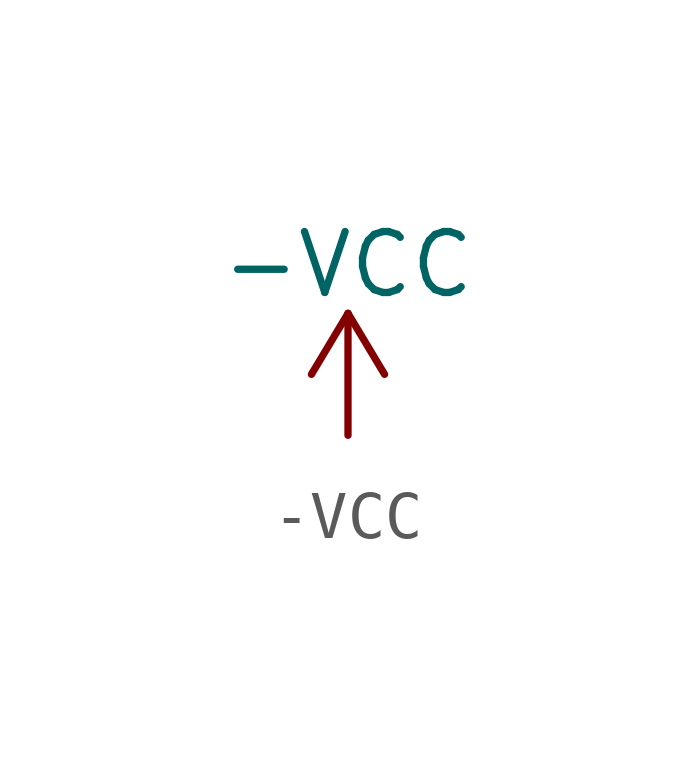
<source format=kicad_sym>
(kicad_symbol_lib
  (version 20211014)
  (generator kicad_symbol_editor)
  (symbol "-VCC"
    (power)
    (pin_names
      (offset 0))
    (property "Reference" "#PWR"
      (at 0 -3.81 0)
      (effects (font (size 1.27 1.27)) hide))
    (property "Value" "-VCC"
      (at 0 3.556 0)
      (effects (font (size 1.27 1.27))))
    (symbol "-VCC_0_1"
      (polyline (pts (xy -0.762 1.27) (xy 0 2.54)) (stroke (width 0) (type default) (color 0 0 0 0)) (fill (type none)))
      (polyline (pts (xy 0 0) (xy 0 2.54)) (stroke (width 0) (type default) (color 0 0 0 0)) (fill (type none)))
      (polyline (pts (xy 0 2.54) (xy 0.762 1.27)) (stroke (width 0) (type default) (color 0 0 0 0)) (fill (type none))))
    (symbol "-VCC_1_1"
      (pin power_in line (at 0 0 90) (length 0) hide (name "-VCC" (effects (font (size 1.27 1.27)))) (number "1" (effects (font (size 1.27 1.27))))))))
</source>
